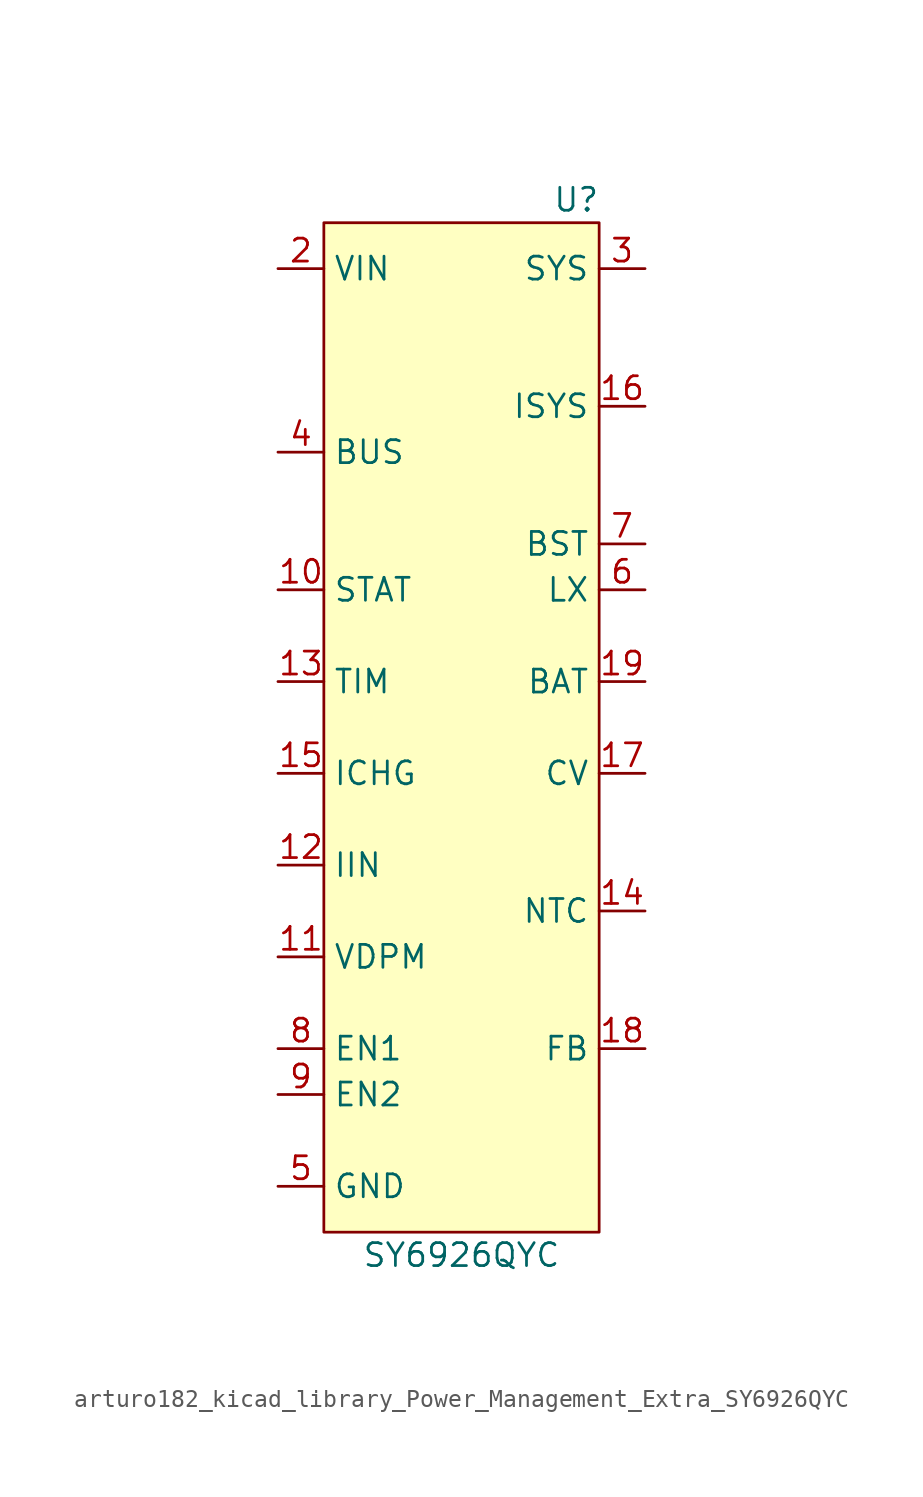
<source format=kicad_sym>
(kicad_symbol_lib
  (version 20220914)
  (generator kicad_symbol_editor)
  (symbol "arturo182_kicad_library_Power_Management_Extra_SY6926QYC"
    (property "Reference" "U"
      (at 6.35 19.05 0)
      (effects (font (size 1.27 1.27))))
    (property "Value" "SY6926QYC"
      (at 0 -39.37 0)
      (effects (font (size 1.27 1.27))))
    (symbol "arturo182_kicad_library_Power_Management_Extra_SY6926QYC_0_0"
      (pin passive line (at -10.16 15.24 0) (length 2.54) hide (name "SIN" (effects (font (size 1.27 1.27)))) (number "1" (effects (font (size 1.27 1.27)))))
      (pin output line (at -10.16 -2.54 0) (length 2.54) (name "STAT" (effects (font (size 1.27 1.27)))) (number "10" (effects (font (size 1.27 1.27)))))
      (pin input line (at -10.16 -22.86 0) (length 2.54) (name "VDPM" (effects (font (size 1.27 1.27)))) (number "11" (effects (font (size 1.27 1.27)))))
      (pin input line (at -10.16 -17.78 0) (length 2.54) (name "IIN" (effects (font (size 1.27 1.27)))) (number "12" (effects (font (size 1.27 1.27)))))
      (pin input line (at -10.16 -7.62 0) (length 2.54) (name "TIM" (effects (font (size 1.27 1.27)))) (number "13" (effects (font (size 1.27 1.27)))))
      (pin input line (at 10.16 -20.32 180) (length 2.54) (name "NTC" (effects (font (size 1.27 1.27)))) (number "14" (effects (font (size 1.27 1.27)))))
      (pin input line (at -10.16 -12.7 0) (length 2.54) (name "ICHG" (effects (font (size 1.27 1.27)))) (number "15" (effects (font (size 1.27 1.27)))))
      (pin input line (at 10.16 7.62 180) (length 2.54) (name "ISYS" (effects (font (size 1.27 1.27)))) (number "16" (effects (font (size 1.27 1.27)))))
      (pin input line (at 10.16 -12.7 180) (length 2.54) (name "CV" (effects (font (size 1.27 1.27)))) (number "17" (effects (font (size 1.27 1.27)))))
      (pin input line (at 10.16 -27.94 180) (length 2.54) (name "FB" (effects (font (size 1.27 1.27)))) (number "18" (effects (font (size 1.27 1.27)))))
      (pin input line (at 10.16 -7.62 180) (length 2.54) (name "BAT" (effects (font (size 1.27 1.27)))) (number "19" (effects (font (size 1.27 1.27)))))
      (pin power_in line (at -10.16 15.24 0) (length 2.54) (name "VIN" (effects (font (size 1.27 1.27)))) (number "2" (effects (font (size 1.27 1.27)))))
      (pin passive line (at -10.16 -35.56 0) (length 2.54) hide (name "GND" (effects (font (size 1.27 1.27)))) (number "20" (effects (font (size 1.27 1.27)))))
      (pin power_out line (at 10.16 15.24 180) (length 2.54) (name "SYS" (effects (font (size 1.27 1.27)))) (number "3" (effects (font (size 1.27 1.27)))))
      (pin input line (at -10.16 5.08 0) (length 2.54) (name "BUS" (effects (font (size 1.27 1.27)))) (number "4" (effects (font (size 1.27 1.27)))))
      (pin power_in line (at -10.16 -35.56 0) (length 2.54) (name "GND" (effects (font (size 1.27 1.27)))) (number "5" (effects (font (size 1.27 1.27)))))
      (pin input line (at 10.16 -2.54 180) (length 2.54) (name "LX" (effects (font (size 1.27 1.27)))) (number "6" (effects (font (size 1.27 1.27)))))
      (pin input line (at 10.16 0 180) (length 2.54) (name "BST" (effects (font (size 1.27 1.27)))) (number "7" (effects (font (size 1.27 1.27)))))
      (pin input line (at -10.16 -27.94 0) (length 2.54) (name "EN1" (effects (font (size 1.27 1.27)))) (number "8" (effects (font (size 1.27 1.27)))))
      (pin input line (at -10.16 -30.48 0) (length 2.54) (name "EN2" (effects (font (size 1.27 1.27)))) (number "9" (effects (font (size 1.27 1.27))))))
    (symbol "arturo182_kicad_library_Power_Management_Extra_SY6926QYC_0_1"
      (rectangle (start -7.62 17.78) (end 7.62 -38.1) (stroke (width 0) (type default)) (fill (type background))))))
</source>
